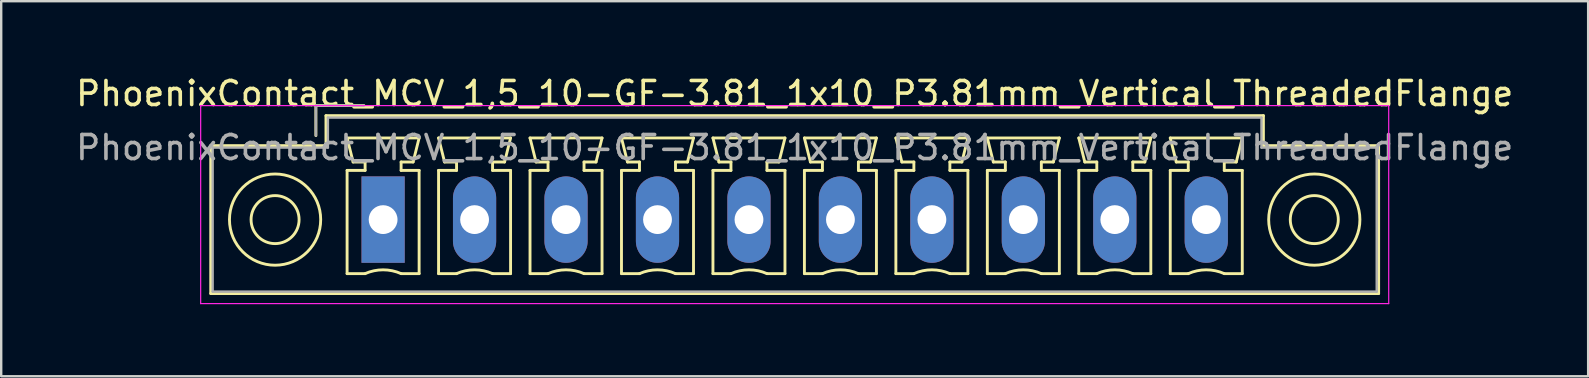
<source format=kicad_pcb>
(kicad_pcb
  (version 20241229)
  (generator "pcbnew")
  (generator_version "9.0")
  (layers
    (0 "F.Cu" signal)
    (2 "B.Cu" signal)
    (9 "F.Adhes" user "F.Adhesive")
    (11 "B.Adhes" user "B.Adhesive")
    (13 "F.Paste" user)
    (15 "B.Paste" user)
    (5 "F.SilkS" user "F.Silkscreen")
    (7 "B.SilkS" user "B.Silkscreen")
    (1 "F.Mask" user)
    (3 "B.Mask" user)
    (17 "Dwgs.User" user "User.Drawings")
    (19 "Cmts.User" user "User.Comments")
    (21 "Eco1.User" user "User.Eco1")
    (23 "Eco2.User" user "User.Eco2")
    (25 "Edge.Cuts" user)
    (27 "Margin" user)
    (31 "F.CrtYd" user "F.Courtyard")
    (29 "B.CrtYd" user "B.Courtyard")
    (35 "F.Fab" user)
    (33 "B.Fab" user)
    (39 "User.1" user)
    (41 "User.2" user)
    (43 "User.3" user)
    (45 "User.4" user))
  (footprint "PhoenixContact_MCV_1,5_10-GF-3.81_1x10_P3.81mm_Vertical_ThreadedFlange"
    (layer "F.Cu")
    (at 12.909 6.098)
    (property "Reference" "PhoenixContact_MCV_1,5_10-GF-3.81_1x10_P3.81mm_Vertical_ThreadedFlange" (at 17.145 -5.25 0) (layer "F.SilkS") (effects (font (size 1 1) (thickness 0.15))))
    (attr through_hole)
    (fp_line (start -7.18 -3.08) (end -7.18 3.08) (stroke (width 0.12) (type solid)) (layer "F.SilkS"))
    (fp_line (start -7.18 3.08) (end 41.47 3.08) (stroke (width 0.12) (type solid)) (layer "F.SilkS"))
    (fp_line (start -2.8 -4.75) (end -0.8 -4.75) (stroke (width 0.12) (type solid)) (layer "F.SilkS"))
    (fp_line (start -2.8 -3.5) (end -2.8 -4.75) (stroke (width 0.12) (type solid)) (layer "F.SilkS"))
    (fp_line (start -2.38 -4.33) (end -2.38 -3.08) (stroke (width 0.12) (type solid)) (layer "F.SilkS"))
    (fp_line (start -2.38 -3.08) (end -7.18 -3.08) (stroke (width 0.12) (type solid)) (layer "F.SilkS"))
    (fp_line (start -1.5 -3.4) (end 1.5 -3.4) (stroke (width 0.12) (type solid)) (layer "F.SilkS"))
    (fp_line (start -1.5 -2.05) (end -0.75 -2.05) (stroke (width 0.12) (type solid)) (layer "F.SilkS"))
    (fp_line (start -1.5 2.25) (end -1.5 -2.05) (stroke (width 0.12) (type solid)) (layer "F.SilkS"))
    (fp_line (start -1.25 -2.4) (end -1.5 -3.4) (stroke (width 0.12) (type solid)) (layer "F.SilkS"))
    (fp_line (start -0.75 -2.4) (end -1.25 -2.4) (stroke (width 0.12) (type solid)) (layer "F.SilkS"))
    (fp_line (start -0.75 -2.05) (end -0.75 -2.4) (stroke (width 0.12) (type solid)) (layer "F.SilkS"))
    (fp_line (start -0.75 2.25) (end -1.5 2.25) (stroke (width 0.12) (type solid)) (layer "F.SilkS"))
    (fp_line (start 0.75 -2.4) (end 0.75 -2.05) (stroke (width 0.12) (type solid)) (layer "F.SilkS"))
    (fp_line (start 0.75 -2.05) (end 1.5 -2.05) (stroke (width 0.12) (type solid)) (layer "F.SilkS"))
    (fp_line (start 1.25 -2.4) (end 0.75 -2.4) (stroke (width 0.12) (type solid)) (layer "F.SilkS"))
    (fp_line (start 1.5 -3.4) (end 1.25 -2.4) (stroke (width 0.12) (type solid)) (layer "F.SilkS"))
    (fp_line (start 1.5 -2.05) (end 1.5 2.25) (stroke (width 0.12) (type solid)) (layer "F.SilkS"))
    (fp_line (start 1.5 2.25) (end 0.75 2.25) (stroke (width 0.12) (type solid)) (layer "F.SilkS"))
    (fp_line (start 2.31 -3.4) (end 5.31 -3.4) (stroke (width 0.12) (type solid)) (layer "F.SilkS"))
    (fp_line (start 2.31 -2.05) (end 3.06 -2.05) (stroke (width 0.12) (type solid)) (layer "F.SilkS"))
    (fp_line (start 2.31 2.25) (end 2.31 -2.05) (stroke (width 0.12) (type solid)) (layer "F.SilkS"))
    (fp_line (start 2.56 -2.4) (end 2.31 -3.4) (stroke (width 0.12) (type solid)) (layer "F.SilkS"))
    (fp_line (start 3.06 -2.4) (end 2.56 -2.4) (stroke (width 0.12) (type solid)) (layer "F.SilkS"))
    (fp_line (start 3.06 -2.05) (end 3.06 -2.4) (stroke (width 0.12) (type solid)) (layer "F.SilkS"))
    (fp_line (start 3.06 2.25) (end 2.31 2.25) (stroke (width 0.12) (type solid)) (layer "F.SilkS"))
    (fp_line (start 4.56 -2.4) (end 4.56 -2.05) (stroke (width 0.12) (type solid)) (layer "F.SilkS"))
    (fp_line (start 4.56 -2.05) (end 5.31 -2.05) (stroke (width 0.12) (type solid)) (layer "F.SilkS"))
    (fp_line (start 5.06 -2.4) (end 4.56 -2.4) (stroke (width 0.12) (type solid)) (layer "F.SilkS"))
    (fp_line (start 5.31 -3.4) (end 5.06 -2.4) (stroke (width 0.12) (type solid)) (layer "F.SilkS"))
    (fp_line (start 5.31 -2.05) (end 5.31 2.25) (stroke (width 0.12) (type solid)) (layer "F.SilkS"))
    (fp_line (start 5.31 2.25) (end 4.56 2.25) (stroke (width 0.12) (type solid)) (layer "F.SilkS"))
    (fp_line (start 6.12 -3.4) (end 9.12 -3.4) (stroke (width 0.12) (type solid)) (layer "F.SilkS"))
    (fp_line (start 6.12 -2.05) (end 6.87 -2.05) (stroke (width 0.12) (type solid)) (layer "F.SilkS"))
    (fp_line (start 6.12 2.25) (end 6.12 -2.05) (stroke (width 0.12) (type solid)) (layer "F.SilkS"))
    (fp_line (start 6.37 -2.4) (end 6.12 -3.4) (stroke (width 0.12) (type solid)) (layer "F.SilkS"))
    (fp_line (start 6.87 -2.4) (end 6.37 -2.4) (stroke (width 0.12) (type solid)) (layer "F.SilkS"))
    (fp_line (start 6.87 -2.05) (end 6.87 -2.4) (stroke (width 0.12) (type solid)) (layer "F.SilkS"))
    (fp_line (start 6.87 2.25) (end 6.12 2.25) (stroke (width 0.12) (type solid)) (layer "F.SilkS"))
    (fp_line (start 8.37 -2.4) (end 8.37 -2.05) (stroke (width 0.12) (type solid)) (layer "F.SilkS"))
    (fp_line (start 8.37 -2.05) (end 9.12 -2.05) (stroke (width 0.12) (type solid)) (layer "F.SilkS"))
    (fp_line (start 8.87 -2.4) (end 8.37 -2.4) (stroke (width 0.12) (type solid)) (layer "F.SilkS"))
    (fp_line (start 9.12 -3.4) (end 8.87 -2.4) (stroke (width 0.12) (type solid)) (layer "F.SilkS"))
    (fp_line (start 9.12 -2.05) (end 9.12 2.25) (stroke (width 0.12) (type solid)) (layer "F.SilkS"))
    (fp_line (start 9.12 2.25) (end 8.37 2.25) (stroke (width 0.12) (type solid)) (layer "F.SilkS"))
    (fp_line (start 9.93 -3.4) (end 12.93 -3.4) (stroke (width 0.12) (type solid)) (layer "F.SilkS"))
    (fp_line (start 9.93 -2.05) (end 10.68 -2.05) (stroke (width 0.12) (type solid)) (layer "F.SilkS"))
    (fp_line (start 9.93 2.25) (end 9.93 -2.05) (stroke (width 0.12) (type solid)) (layer "F.SilkS"))
    (fp_line (start 10.18 -2.4) (end 9.93 -3.4) (stroke (width 0.12) (type solid)) (layer "F.SilkS"))
    (fp_line (start 10.68 -2.4) (end 10.18 -2.4) (stroke (width 0.12) (type solid)) (layer "F.SilkS"))
    (fp_line (start 10.68 -2.05) (end 10.68 -2.4) (stroke (width 0.12) (type solid)) (layer "F.SilkS"))
    (fp_line (start 10.68 2.25) (end 9.93 2.25) (stroke (width 0.12) (type solid)) (layer "F.SilkS"))
    (fp_line (start 12.18 -2.4) (end 12.18 -2.05) (stroke (width 0.12) (type solid)) (layer "F.SilkS"))
    (fp_line (start 12.18 -2.05) (end 12.93 -2.05) (stroke (width 0.12) (type solid)) (layer "F.SilkS"))
    (fp_line (start 12.68 -2.4) (end 12.18 -2.4) (stroke (width 0.12) (type solid)) (layer "F.SilkS"))
    (fp_line (start 12.93 -3.4) (end 12.68 -2.4) (stroke (width 0.12) (type solid)) (layer "F.SilkS"))
    (fp_line (start 12.93 -2.05) (end 12.93 2.25) (stroke (width 0.12) (type solid)) (layer "F.SilkS"))
    (fp_line (start 12.93 2.25) (end 12.18 2.25) (stroke (width 0.12) (type solid)) (layer "F.SilkS"))
    (fp_line (start 13.74 -3.4) (end 16.74 -3.4) (stroke (width 0.12) (type solid)) (layer "F.SilkS"))
    (fp_line (start 13.74 -2.05) (end 14.49 -2.05) (stroke (width 0.12) (type solid)) (layer "F.SilkS"))
    (fp_line (start 13.74 2.25) (end 13.74 -2.05) (stroke (width 0.12) (type solid)) (layer "F.SilkS"))
    (fp_line (start 13.99 -2.4) (end 13.74 -3.4) (stroke (width 0.12) (type solid)) (layer "F.SilkS"))
    (fp_line (start 14.49 -2.4) (end 13.99 -2.4) (stroke (width 0.12) (type solid)) (layer "F.SilkS"))
    (fp_line (start 14.49 -2.05) (end 14.49 -2.4) (stroke (width 0.12) (type solid)) (layer "F.SilkS"))
    (fp_line (start 14.49 2.25) (end 13.74 2.25) (stroke (width 0.12) (type solid)) (layer "F.SilkS"))
    (fp_line (start 15.99 -2.4) (end 15.99 -2.05) (stroke (width 0.12) (type solid)) (layer "F.SilkS"))
    (fp_line (start 15.99 -2.05) (end 16.74 -2.05) (stroke (width 0.12) (type solid)) (layer "F.SilkS"))
    (fp_line (start 16.49 -2.4) (end 15.99 -2.4) (stroke (width 0.12) (type solid)) (layer "F.SilkS"))
    (fp_line (start 16.74 -3.4) (end 16.49 -2.4) (stroke (width 0.12) (type solid)) (layer "F.SilkS"))
    (fp_line (start 16.74 -2.05) (end 16.74 2.25) (stroke (width 0.12) (type solid)) (layer "F.SilkS"))
    (fp_line (start 16.74 2.25) (end 15.99 2.25) (stroke (width 0.12) (type solid)) (layer "F.SilkS"))
    (fp_line (start 17.55 -3.4) (end 20.55 -3.4) (stroke (width 0.12) (type solid)) (layer "F.SilkS"))
    (fp_line (start 17.55 -2.05) (end 18.3 -2.05) (stroke (width 0.12) (type solid)) (layer "F.SilkS"))
    (fp_line (start 17.55 2.25) (end 17.55 -2.05) (stroke (width 0.12) (type solid)) (layer "F.SilkS"))
    (fp_line (start 17.8 -2.4) (end 17.55 -3.4) (stroke (width 0.12) (type solid)) (layer "F.SilkS"))
    (fp_line (start 18.3 -2.4) (end 17.8 -2.4) (stroke (width 0.12) (type solid)) (layer "F.SilkS"))
    (fp_line (start 18.3 -2.05) (end 18.3 -2.4) (stroke (width 0.12) (type solid)) (layer "F.SilkS"))
    (fp_line (start 18.3 2.25) (end 17.55 2.25) (stroke (width 0.12) (type solid)) (layer "F.SilkS"))
    (fp_line (start 19.8 -2.4) (end 19.8 -2.05) (stroke (width 0.12) (type solid)) (layer "F.SilkS"))
    (fp_line (start 19.8 -2.05) (end 20.55 -2.05) (stroke (width 0.12) (type solid)) (layer "F.SilkS"))
    (fp_line (start 20.3 -2.4) (end 19.8 -2.4) (stroke (width 0.12) (type solid)) (layer "F.SilkS"))
    (fp_line (start 20.55 -3.4) (end 20.3 -2.4) (stroke (width 0.12) (type solid)) (layer "F.SilkS"))
    (fp_line (start 20.55 -2.05) (end 20.55 2.25) (stroke (width 0.12) (type solid)) (layer "F.SilkS"))
    (fp_line (start 20.55 2.25) (end 19.8 2.25) (stroke (width 0.12) (type solid)) (layer "F.SilkS"))
    (fp_line (start 21.36 -3.4) (end 24.36 -3.4) (stroke (width 0.12) (type solid)) (layer "F.SilkS"))
    (fp_line (start 21.36 -2.05) (end 22.11 -2.05) (stroke (width 0.12) (type solid)) (layer "F.SilkS"))
    (fp_line (start 21.36 2.25) (end 21.36 -2.05) (stroke (width 0.12) (type solid)) (layer "F.SilkS"))
    (fp_line (start 21.61 -2.4) (end 21.36 -3.4) (stroke (width 0.12) (type solid)) (layer "F.SilkS"))
    (fp_line (start 22.11 -2.4) (end 21.61 -2.4) (stroke (width 0.12) (type solid)) (layer "F.SilkS"))
    (fp_line (start 22.11 -2.05) (end 22.11 -2.4) (stroke (width 0.12) (type solid)) (layer "F.SilkS"))
    (fp_line (start 22.11 2.25) (end 21.36 2.25) (stroke (width 0.12) (type solid)) (layer "F.SilkS"))
    (fp_line (start 23.61 -2.4) (end 23.61 -2.05) (stroke (width 0.12) (type solid)) (layer "F.SilkS"))
    (fp_line (start 23.61 -2.05) (end 24.36 -2.05) (stroke (width 0.12) (type solid)) (layer "F.SilkS"))
    (fp_line (start 24.11 -2.4) (end 23.61 -2.4) (stroke (width 0.12) (type solid)) (layer "F.SilkS"))
    (fp_line (start 24.36 -3.4) (end 24.11 -2.4) (stroke (width 0.12) (type solid)) (layer "F.SilkS"))
    (fp_line (start 24.36 -2.05) (end 24.36 2.25) (stroke (width 0.12) (type solid)) (layer "F.SilkS"))
    (fp_line (start 24.36 2.25) (end 23.61 2.25) (stroke (width 0.12) (type solid)) (layer "F.SilkS"))
    (fp_line (start 25.17 -3.4) (end 28.17 -3.4) (stroke (width 0.12) (type solid)) (layer "F.SilkS"))
    (fp_line (start 25.17 -2.05) (end 25.92 -2.05) (stroke (width 0.12) (type solid)) (layer "F.SilkS"))
    (fp_line (start 25.17 2.25) (end 25.17 -2.05) (stroke (width 0.12) (type solid)) (layer "F.SilkS"))
    (fp_line (start 25.42 -2.4) (end 25.17 -3.4) (stroke (width 0.12) (type solid)) (layer "F.SilkS"))
    (fp_line (start 25.92 -2.4) (end 25.42 -2.4) (stroke (width 0.12) (type solid)) (layer "F.SilkS"))
    (fp_line (start 25.92 -2.05) (end 25.92 -2.4) (stroke (width 0.12) (type solid)) (layer "F.SilkS"))
    (fp_line (start 25.92 2.25) (end 25.17 2.25) (stroke (width 0.12) (type solid)) (layer "F.SilkS"))
    (fp_line (start 27.42 -2.4) (end 27.42 -2.05) (stroke (width 0.12) (type solid)) (layer "F.SilkS"))
    (fp_line (start 27.42 -2.05) (end 28.17 -2.05) (stroke (width 0.12) (type solid)) (layer "F.SilkS"))
    (fp_line (start 27.92 -2.4) (end 27.42 -2.4) (stroke (width 0.12) (type solid)) (layer "F.SilkS"))
    (fp_line (start 28.17 -3.4) (end 27.92 -2.4) (stroke (width 0.12) (type solid)) (layer "F.SilkS"))
    (fp_line (start 28.17 -2.05) (end 28.17 2.25) (stroke (width 0.12) (type solid)) (layer "F.SilkS"))
    (fp_line (start 28.17 2.25) (end 27.42 2.25) (stroke (width 0.12) (type solid)) (layer "F.SilkS"))
    (fp_line (start 28.98 -3.4) (end 31.98 -3.4) (stroke (width 0.12) (type solid)) (layer "F.SilkS"))
    (fp_line (start 28.98 -2.05) (end 29.73 -2.05) (stroke (width 0.12) (type solid)) (layer "F.SilkS"))
    (fp_line (start 28.98 2.25) (end 28.98 -2.05) (stroke (width 0.12) (type solid)) (layer "F.SilkS"))
    (fp_line (start 29.23 -2.4) (end 28.98 -3.4) (stroke (width 0.12) (type solid)) (layer "F.SilkS"))
    (fp_line (start 29.73 -2.4) (end 29.23 -2.4) (stroke (width 0.12) (type solid)) (layer "F.SilkS"))
    (fp_line (start 29.73 -2.05) (end 29.73 -2.4) (stroke (width 0.12) (type solid)) (layer "F.SilkS"))
    (fp_line (start 29.73 2.25) (end 28.98 2.25) (stroke (width 0.12) (type solid)) (layer "F.SilkS"))
    (fp_line (start 31.23 -2.4) (end 31.23 -2.05) (stroke (width 0.12) (type solid)) (layer "F.SilkS"))
    (fp_line (start 31.23 -2.05) (end 31.98 -2.05) (stroke (width 0.12) (type solid)) (layer "F.SilkS"))
    (fp_line (start 31.73 -2.4) (end 31.23 -2.4) (stroke (width 0.12) (type solid)) (layer "F.SilkS"))
    (fp_line (start 31.98 -3.4) (end 31.73 -2.4) (stroke (width 0.12) (type solid)) (layer "F.SilkS"))
    (fp_line (start 31.98 -2.05) (end 31.98 2.25) (stroke (width 0.12) (type solid)) (layer "F.SilkS"))
    (fp_line (start 31.98 2.25) (end 31.23 2.25) (stroke (width 0.12) (type solid)) (layer "F.SilkS"))
    (fp_line (start 32.79 -3.4) (end 35.79 -3.4) (stroke (width 0.12) (type solid)) (layer "F.SilkS"))
    (fp_line (start 32.79 -2.05) (end 33.54 -2.05) (stroke (width 0.12) (type solid)) (layer "F.SilkS"))
    (fp_line (start 32.79 2.25) (end 32.79 -2.05) (stroke (width 0.12) (type solid)) (layer "F.SilkS"))
    (fp_line (start 33.04 -2.4) (end 32.79 -3.4) (stroke (width 0.12) (type solid)) (layer "F.SilkS"))
    (fp_line (start 33.54 -2.4) (end 33.04 -2.4) (stroke (width 0.12) (type solid)) (layer "F.SilkS"))
    (fp_line (start 33.54 -2.05) (end 33.54 -2.4) (stroke (width 0.12) (type solid)) (layer "F.SilkS"))
    (fp_line (start 33.54 2.25) (end 32.79 2.25) (stroke (width 0.12) (type solid)) (layer "F.SilkS"))
    (fp_line (start 35.04 -2.4) (end 35.04 -2.05) (stroke (width 0.12) (type solid)) (layer "F.SilkS"))
    (fp_line (start 35.04 -2.05) (end 35.79 -2.05) (stroke (width 0.12) (type solid)) (layer "F.SilkS"))
    (fp_line (start 35.54 -2.4) (end 35.04 -2.4) (stroke (width 0.12) (type solid)) (layer "F.SilkS"))
    (fp_line (start 35.79 -3.4) (end 35.54 -2.4) (stroke (width 0.12) (type solid)) (layer "F.SilkS"))
    (fp_line (start 35.79 -2.05) (end 35.79 2.25) (stroke (width 0.12) (type solid)) (layer "F.SilkS"))
    (fp_line (start 35.79 2.25) (end 35.04 2.25) (stroke (width 0.12) (type solid)) (layer "F.SilkS"))
    (fp_line (start 36.67 -4.33) (end -2.38 -4.33) (stroke (width 0.12) (type solid)) (layer "F.SilkS"))
    (fp_line (start 36.67 -3.08) (end 36.67 -4.33) (stroke (width 0.12) (type solid)) (layer "F.SilkS"))
    (fp_line (start 41.47 -3.08) (end 36.67 -3.08) (stroke (width 0.12) (type solid)) (layer "F.SilkS"))
    (fp_line (start 41.47 3.08) (end 41.47 -3.08) (stroke (width 0.12) (type solid)) (layer "F.SilkS"))
    (fp_arc (start -0.75 2.25) (mid -0.000193 2.09191) (end 0.749647 2.249844) (stroke (width 0.12) (type solid)) (layer "F.SilkS"))
    (fp_arc (start 3.06 2.25) (mid 3.809807 2.09191) (end 4.559647 2.249844) (stroke (width 0.12) (type solid)) (layer "F.SilkS"))
    (fp_arc (start 6.87 2.25) (mid 7.619807 2.09191) (end 8.369647 2.249844) (stroke (width 0.12) (type solid)) (layer "F.SilkS"))
    (fp_arc (start 10.68 2.25) (mid 11.429807 2.09191) (end 12.179647 2.249844) (stroke (width 0.12) (type solid)) (layer "F.SilkS"))
    (fp_arc (start 14.49 2.25) (mid 15.239807 2.09191) (end 15.989647 2.249844) (stroke (width 0.12) (type solid)) (layer "F.SilkS"))
    (fp_arc (start 18.3 2.25) (mid 19.049807 2.09191) (end 19.799647 2.249844) (stroke (width 0.12) (type solid)) (layer "F.SilkS"))
    (fp_arc (start 22.11 2.25) (mid 22.859807 2.09191) (end 23.609647 2.249844) (stroke (width 0.12) (type solid)) (layer "F.SilkS"))
    (fp_arc (start 25.92 2.25) (mid 26.669807 2.09191) (end 27.419647 2.249844) (stroke (width 0.12) (type solid)) (layer "F.SilkS"))
    (fp_arc (start 29.73 2.25) (mid 30.479807 2.09191) (end 31.229647 2.249844) (stroke (width 0.12) (type solid)) (layer "F.SilkS"))
    (fp_arc (start 33.54 2.25) (mid 34.289807 2.09191) (end 35.039647 2.249844) (stroke (width 0.12) (type solid)) (layer "F.SilkS"))
    (fp_circle (center -4.5 0) (end -3.5 0) (stroke (width 0.12) (type solid)) (fill no) (layer "F.SilkS"))
    (fp_circle (center -4.5 0) (end -2.6 0) (stroke (width 0.12) (type solid)) (fill no) (layer "F.SilkS"))
    (fp_circle (center 38.79 0) (end 39.79 0) (stroke (width 0.12) (type solid)) (fill no) (layer "F.SilkS"))
    (fp_circle (center 38.79 0) (end 40.69 0) (stroke (width 0.12) (type solid)) (fill no) (layer "F.SilkS"))
    (fp_line (start -7.6 -4.75) (end -7.6 3.5) (stroke (width 0.05) (type solid)) (layer "F.CrtYd"))
    (fp_line (start -7.6 3.5) (end 41.89 3.5) (stroke (width 0.05) (type solid)) (layer "F.CrtYd"))
    (fp_line (start 41.89 -4.75) (end -7.6 -4.75) (stroke (width 0.05) (type solid)) (layer "F.CrtYd"))
    (fp_line (start 41.89 3.5) (end 41.89 -4.75) (stroke (width 0.05) (type solid)) (layer "F.CrtYd"))
    (fp_line (start -7.1 -3) (end -7.1 3) (stroke (width 0.1) (type solid)) (layer "F.Fab"))
    (fp_line (start -7.1 3) (end 41.39 3) (stroke (width 0.1) (type solid)) (layer "F.Fab"))
    (fp_line (start -2.8 -4.75) (end -0.8 -4.75) (stroke (width 0.1) (type solid)) (layer "F.Fab"))
    (fp_line (start -2.8 -3.5) (end -2.8 -4.75) (stroke (width 0.1) (type solid)) (layer "F.Fab"))
    (fp_line (start -2.3 -4.25) (end -2.3 -3) (stroke (width 0.1) (type solid)) (layer "F.Fab"))
    (fp_line (start -2.3 -3) (end -7.1 -3) (stroke (width 0.1) (type solid)) (layer "F.Fab"))
    (fp_line (start 36.59 -4.25) (end -2.3 -4.25) (stroke (width 0.1) (type solid)) (layer "F.Fab"))
    (fp_line (start 36.59 -3) (end 36.59 -4.25) (stroke (width 0.1) (type solid)) (layer "F.Fab"))
    (fp_line (start 41.39 -3) (end 36.59 -3) (stroke (width 0.1) (type solid)) (layer "F.Fab"))
    (fp_line (start 41.39 3) (end 41.39 -3) (stroke (width 0.1) (type solid)) (layer "F.Fab"))
    (fp_text user "${REFERENCE}" (at 17.145 -3 0) (layer "F.Fab") (effects (font (size 1 1) (thickness 0.15))))
    (pad "1" thru_hole rect (at 0 0) (size 1.8 3.6) (drill 1.2) (layers "*.Cu" "*.Mask"))
    (pad "2" thru_hole oval (at 3.81 0) (size 1.8 3.6) (drill 1.2) (layers "*.Cu" "*.Mask"))
    (pad "3" thru_hole oval (at 7.62 0) (size 1.8 3.6) (drill 1.2) (layers "*.Cu" "*.Mask"))
    (pad "4" thru_hole oval (at 11.43 0) (size 1.8 3.6) (drill 1.2) (layers "*.Cu" "*.Mask"))
    (pad "5" thru_hole oval (at 15.24 0) (size 1.8 3.6) (drill 1.2) (layers "*.Cu" "*.Mask"))
    (pad "6" thru_hole oval (at 19.05 0) (size 1.8 3.6) (drill 1.2) (layers "*.Cu" "*.Mask"))
    (pad "7" thru_hole oval (at 22.86 0) (size 1.8 3.6) (drill 1.2) (layers "*.Cu" "*.Mask"))
    (pad "8" thru_hole oval (at 26.67 0) (size 1.8 3.6) (drill 1.2) (layers "*.Cu" "*.Mask"))
    (pad "9" thru_hole oval (at 30.48 0) (size 1.8 3.6) (drill 1.2) (layers "*.Cu" "*.Mask"))
    (pad "10" thru_hole oval (at 34.29 0) (size 1.8 3.6) (drill 1.2) (layers "*.Cu" "*.Mask")))
  (gr_rect
    (start -3 -3)
    (end 63.107 12.623)
    (stroke (width 0.1) (type default))
    (fill no)
    (layer "Edge.Cuts")))
</source>
